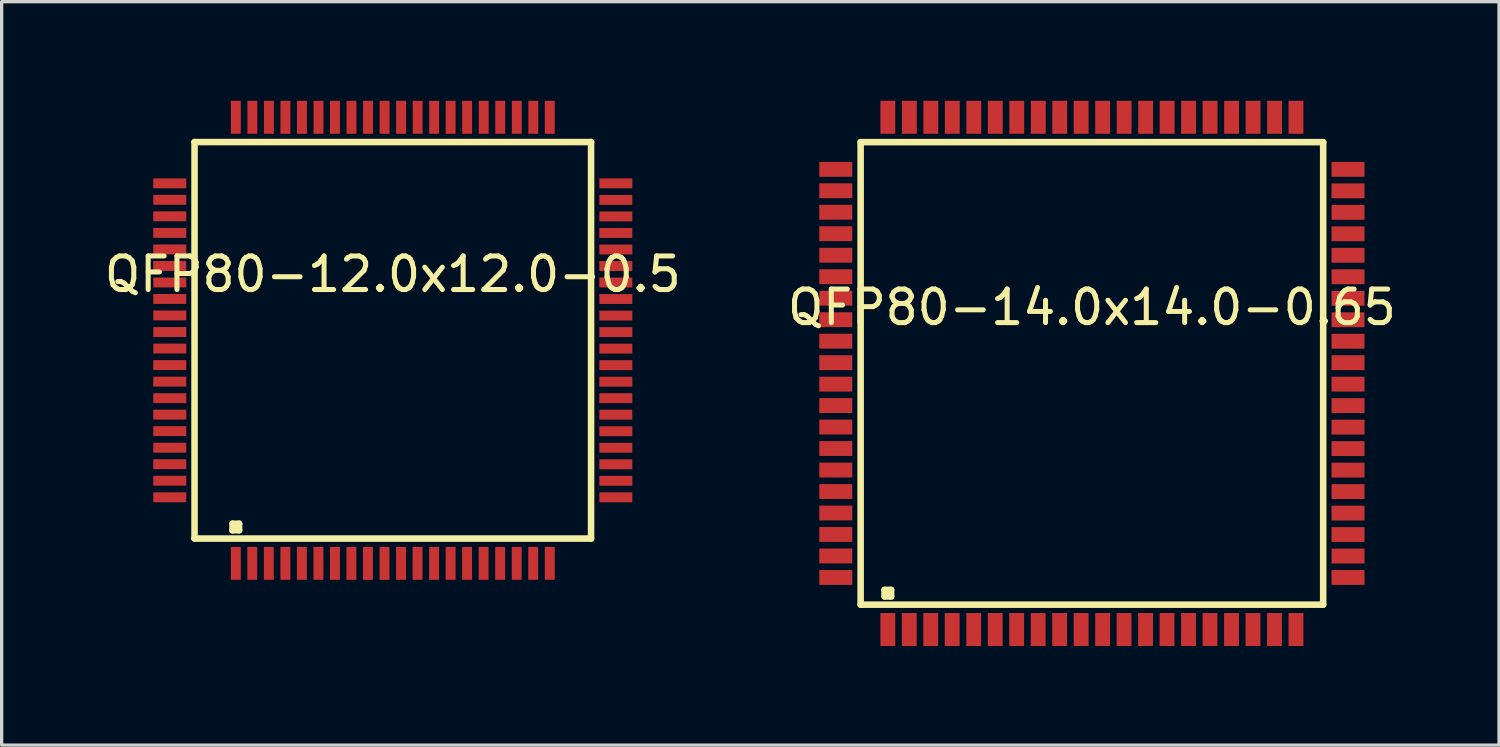
<source format=kicad_pcb>
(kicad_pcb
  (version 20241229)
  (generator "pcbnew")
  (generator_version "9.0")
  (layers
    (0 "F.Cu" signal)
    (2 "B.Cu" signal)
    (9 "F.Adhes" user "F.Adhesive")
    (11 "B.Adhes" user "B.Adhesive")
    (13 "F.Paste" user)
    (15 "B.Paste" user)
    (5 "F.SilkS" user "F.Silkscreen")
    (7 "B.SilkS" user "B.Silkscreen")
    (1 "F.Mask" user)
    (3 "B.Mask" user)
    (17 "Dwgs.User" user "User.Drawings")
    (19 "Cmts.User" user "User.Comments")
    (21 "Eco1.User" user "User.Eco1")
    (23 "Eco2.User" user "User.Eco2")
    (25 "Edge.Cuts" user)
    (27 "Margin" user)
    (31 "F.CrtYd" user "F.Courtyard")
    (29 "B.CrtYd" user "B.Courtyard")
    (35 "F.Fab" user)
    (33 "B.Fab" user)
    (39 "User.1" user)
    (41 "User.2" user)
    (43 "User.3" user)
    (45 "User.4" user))
  (footprint "QFP80-12.0x12.0-0.5"
    (layer "F.Cu")
    (at 8.836 7.248)
    (property "Reference" "QFP80-12.0x12.0-0.5" (at 0 -1.999 0) (layer "F.SilkS") (effects (font (size 1.016 1.016) (thickness 0.152))))
    (attr through_hole)
    (fp_line (start -5.999 -5.999) (end 5.999 -5.999) (stroke (width 0.198) (type solid)) (layer "F.SilkS"))
    (fp_line (start -5.999 5.999) (end -5.999 -5.999) (stroke (width 0.198) (type solid)) (layer "F.SilkS"))
    (fp_line (start -4.849 5.55) (end -4.651 5.55) (stroke (width 0.198) (type solid)) (layer "F.SilkS"))
    (fp_line (start -4.849 5.748) (end -4.849 5.55) (stroke (width 0.198) (type solid)) (layer "F.SilkS"))
    (fp_line (start -4.651 5.55) (end -4.651 5.748) (stroke (width 0.198) (type solid)) (layer "F.SilkS"))
    (fp_line (start -4.651 5.748) (end -4.849 5.748) (stroke (width 0.198) (type solid)) (layer "F.SilkS"))
    (fp_line (start 5.999 -5.999) (end 5.999 5.999) (stroke (width 0.198) (type solid)) (layer "F.SilkS"))
    (fp_line (start 5.999 5.999) (end -5.999 5.999) (stroke (width 0.198) (type solid)) (layer "F.SilkS"))
    (pad "1" smd rect (at -4.75 6.749) (size 0.3 0.998) (layers "*.Mask" "F.Cu"))
    (pad "2" smd rect (at -4.252 6.749) (size 0.3 0.998) (layers "*.Mask" "F.Cu"))
    (pad "3" smd rect (at -3.752 6.749) (size 0.3 0.998) (layers "*.Mask" "F.Cu"))
    (pad "4" smd rect (at -3.251 6.749) (size 0.3 0.998) (layers "*.Mask" "F.Cu"))
    (pad "5" smd rect (at -2.751 6.749) (size 0.3 0.998) (layers "*.Mask" "F.Cu"))
    (pad "6" smd rect (at -2.25 6.749) (size 0.3 0.998) (layers "*.Mask" "F.Cu"))
    (pad "7" smd rect (at -1.75 6.749) (size 0.3 0.998) (layers "*.Mask" "F.Cu"))
    (pad "8" smd rect (at -1.252 6.749) (size 0.3 0.998) (layers "*.Mask" "F.Cu"))
    (pad "9" smd rect (at -0.752 6.749) (size 0.3 0.998) (layers "*.Mask" "F.Cu"))
    (pad "10" smd rect (at -0.251 6.749) (size 0.3 0.998) (layers "*.Mask" "F.Cu"))
    (pad "11" smd rect (at 0.249 6.749) (size 0.3 0.998) (layers "*.Mask" "F.Cu"))
    (pad "12" smd rect (at 0.749 6.749) (size 0.3 0.998) (layers "*.Mask" "F.Cu"))
    (pad "13" smd rect (at 1.25 6.749) (size 0.3 0.998) (layers "*.Mask" "F.Cu"))
    (pad "14" smd rect (at 1.75 6.749) (size 0.3 0.998) (layers "*.Mask" "F.Cu"))
    (pad "15" smd rect (at 2.248 6.749) (size 0.3 0.998) (layers "*.Mask" "F.Cu"))
    (pad "16" smd rect (at 2.748 6.749) (size 0.3 0.998) (layers "*.Mask" "F.Cu"))
    (pad "17" smd rect (at 3.249 6.749) (size 0.3 0.998) (layers "*.Mask" "F.Cu"))
    (pad "18" smd rect (at 3.749 6.749) (size 0.3 0.998) (layers "*.Mask" "F.Cu"))
    (pad "19" smd rect (at 4.249 6.749) (size 0.3 0.998) (layers "*.Mask" "F.Cu"))
    (pad "20" smd rect (at 4.75 6.749) (size 0.3 0.998) (layers "*.Mask" "F.Cu"))
    (pad "21" smd rect (at 6.749 4.75 90) (size 0.3 0.998) (layers "*.Mask" "F.Cu"))
    (pad "22" smd rect (at 6.749 4.252 90) (size 0.3 0.998) (layers "*.Mask" "F.Cu"))
    (pad "23" smd rect (at 6.749 3.752 90) (size 0.3 0.998) (layers "*.Mask" "F.Cu"))
    (pad "24" smd rect (at 6.749 3.251 90) (size 0.3 0.998) (layers "*.Mask" "F.Cu"))
    (pad "25" smd rect (at 6.749 2.751 90) (size 0.3 0.998) (layers "*.Mask" "F.Cu"))
    (pad "26" smd rect (at 6.749 2.25 90) (size 0.3 0.998) (layers "*.Mask" "F.Cu"))
    (pad "27" smd rect (at 6.749 1.75 90) (size 0.3 0.998) (layers "*.Mask" "F.Cu"))
    (pad "28" smd rect (at 6.749 1.252 90) (size 0.3 0.998) (layers "*.Mask" "F.Cu"))
    (pad "29" smd rect (at 6.749 0.752 90) (size 0.3 0.998) (layers "*.Mask" "F.Cu"))
    (pad "30" smd rect (at 6.749 0.251 90) (size 0.3 0.998) (layers "*.Mask" "F.Cu"))
    (pad "31" smd rect (at 6.749 -0.249 90) (size 0.3 0.998) (layers "*.Mask" "F.Cu"))
    (pad "32" smd rect (at 6.749 -0.749 90) (size 0.3 0.998) (layers "*.Mask" "F.Cu"))
    (pad "33" smd rect (at 6.749 -1.25 90) (size 0.3 0.998) (layers "*.Mask" "F.Cu"))
    (pad "34" smd rect (at 6.749 -1.75 90) (size 0.3 0.998) (layers "*.Mask" "F.Cu"))
    (pad "35" smd rect (at 6.749 -2.248 90) (size 0.3 0.998) (layers "*.Mask" "F.Cu"))
    (pad "36" smd rect (at 6.749 -2.748 90) (size 0.3 0.998) (layers "*.Mask" "F.Cu"))
    (pad "37" smd rect (at 6.749 -3.249 90) (size 0.3 0.998) (layers "*.Mask" "F.Cu"))
    (pad "38" smd rect (at 6.749 -3.749 90) (size 0.3 0.998) (layers "*.Mask" "F.Cu"))
    (pad "39" smd rect (at 6.749 -4.249 90) (size 0.3 0.998) (layers "*.Mask" "F.Cu"))
    (pad "40" smd rect (at 6.749 -4.75 90) (size 0.3 0.998) (layers "*.Mask" "F.Cu"))
    (pad "41" smd rect (at 4.75 -6.749) (size 0.3 0.998) (layers "*.Mask" "F.Cu"))
    (pad "42" smd rect (at 4.252 -6.749) (size 0.3 0.998) (layers "*.Mask" "F.Cu"))
    (pad "43" smd rect (at 3.752 -6.749) (size 0.3 0.998) (layers "*.Mask" "F.Cu"))
    (pad "44" smd rect (at 3.251 -6.749) (size 0.3 0.998) (layers "*.Mask" "F.Cu"))
    (pad "45" smd rect (at 2.751 -6.749) (size 0.3 0.998) (layers "*.Mask" "F.Cu"))
    (pad "46" smd rect (at 2.25 -6.749) (size 0.3 0.998) (layers "*.Mask" "F.Cu"))
    (pad "47" smd rect (at 1.75 -6.749) (size 0.3 0.998) (layers "*.Mask" "F.Cu"))
    (pad "48" smd rect (at 1.252 -6.749) (size 0.3 0.998) (layers "*.Mask" "F.Cu"))
    (pad "49" smd rect (at 0.752 -6.749) (size 0.3 0.998) (layers "*.Mask" "F.Cu"))
    (pad "50" smd rect (at 0.251 -6.749) (size 0.3 0.998) (layers "*.Mask" "F.Cu"))
    (pad "51" smd rect (at -0.249 -6.749) (size 0.3 0.998) (layers "*.Mask" "F.Cu"))
    (pad "52" smd rect (at -0.749 -6.749) (size 0.3 0.998) (layers "*.Mask" "F.Cu"))
    (pad "53" smd rect (at -1.25 -6.749) (size 0.3 0.998) (layers "*.Mask" "F.Cu"))
    (pad "54" smd rect (at -1.75 -6.749) (size 0.3 0.998) (layers "*.Mask" "F.Cu"))
    (pad "55" smd rect (at -2.248 -6.749) (size 0.3 0.998) (layers "*.Mask" "F.Cu"))
    (pad "56" smd rect (at -2.748 -6.749) (size 0.3 0.998) (layers "*.Mask" "F.Cu"))
    (pad "57" smd rect (at -3.249 -6.749) (size 0.3 0.998) (layers "*.Mask" "F.Cu"))
    (pad "58" smd rect (at -3.749 -6.749) (size 0.3 0.998) (layers "*.Mask" "F.Cu"))
    (pad "59" smd rect (at -4.249 -6.749) (size 0.3 0.998) (layers "*.Mask" "F.Cu"))
    (pad "60" smd rect (at -4.75 -6.749) (size 0.3 0.998) (layers "*.Mask" "F.Cu"))
    (pad "61" smd rect (at -6.749 -4.75 90) (size 0.3 0.998) (layers "*.Mask" "F.Cu"))
    (pad "62" smd rect (at -6.749 -4.252 90) (size 0.3 0.998) (layers "*.Mask" "F.Cu"))
    (pad "63" smd rect (at -6.749 -3.752 90) (size 0.3 0.998) (layers "*.Mask" "F.Cu"))
    (pad "64" smd rect (at -6.749 -3.251 90) (size 0.3 0.998) (layers "*.Mask" "F.Cu"))
    (pad "65" smd rect (at -6.749 -2.751 90) (size 0.3 0.998) (layers "*.Mask" "F.Cu"))
    (pad "66" smd rect (at -6.749 -2.25 90) (size 0.3 0.998) (layers "*.Mask" "F.Cu"))
    (pad "67" smd rect (at -6.749 -1.75 90) (size 0.3 0.998) (layers "*.Mask" "F.Cu"))
    (pad "68" smd rect (at -6.749 -1.252 90) (size 0.3 0.998) (layers "*.Mask" "F.Cu"))
    (pad "69" smd rect (at -6.749 -0.752 90) (size 0.3 0.998) (layers "*.Mask" "F.Cu"))
    (pad "70" smd rect (at -6.749 -0.251 90) (size 0.3 0.998) (layers "*.Mask" "F.Cu"))
    (pad "71" smd rect (at -6.749 0.249 90) (size 0.3 0.998) (layers "*.Mask" "F.Cu"))
    (pad "72" smd rect (at -6.749 0.749 90) (size 0.3 0.998) (layers "*.Mask" "F.Cu"))
    (pad "73" smd rect (at -6.749 1.25 90) (size 0.3 0.998) (layers "*.Mask" "F.Cu"))
    (pad "74" smd rect (at -6.749 1.75 90) (size 0.3 0.998) (layers "*.Mask" "F.Cu"))
    (pad "75" smd rect (at -6.749 2.248 90) (size 0.3 0.998) (layers "*.Mask" "F.Cu"))
    (pad "76" smd rect (at -6.749 2.748 90) (size 0.3 0.998) (layers "*.Mask" "F.Cu"))
    (pad "77" smd rect (at -6.749 3.249 90) (size 0.3 0.998) (layers "*.Mask" "F.Cu"))
    (pad "78" smd rect (at -6.749 3.749 90) (size 0.3 0.998) (layers "*.Mask" "F.Cu"))
    (pad "79" smd rect (at -6.749 4.249 90) (size 0.3 0.998) (layers "*.Mask" "F.Cu"))
    (pad "80" smd rect (at -6.749 4.75 90) (size 0.3 0.998) (layers "*.Mask" "F.Cu")))
  (footprint "QFP80-14.0x14.0-0.65"
    (layer "F.Cu")
    (at 29.991 8.249)
    (property "Reference" "QFP80-14.0x14.0-0.65" (at 0 -1.999 0) (layer "F.SilkS") (effects (font (size 1.016 1.016) (thickness 0.152))))
    (attr through_hole)
    (fp_line (start -6.998 -6.998) (end 6.998 -6.998) (stroke (width 0.198) (type solid)) (layer "F.SilkS"))
    (fp_line (start -6.998 6.998) (end -6.998 -6.998) (stroke (width 0.198) (type solid)) (layer "F.SilkS"))
    (fp_line (start -6.274 6.551) (end -6.076 6.551) (stroke (width 0.198) (type solid)) (layer "F.SilkS"))
    (fp_line (start -6.274 6.749) (end -6.274 6.551) (stroke (width 0.198) (type solid)) (layer "F.SilkS"))
    (fp_line (start -6.076 6.551) (end -6.076 6.749) (stroke (width 0.198) (type solid)) (layer "F.SilkS"))
    (fp_line (start -6.076 6.749) (end -6.274 6.749) (stroke (width 0.198) (type solid)) (layer "F.SilkS"))
    (fp_line (start 6.998 -6.998) (end 6.998 6.998) (stroke (width 0.198) (type solid)) (layer "F.SilkS"))
    (fp_line (start 6.998 6.998) (end -6.998 6.998) (stroke (width 0.198) (type solid)) (layer "F.SilkS"))
    (pad "1" smd rect (at -6.175 7.75) (size 0.45 0.998) (layers "*.Mask" "F.Cu"))
    (pad "2" smd rect (at -5.527 7.75) (size 0.45 0.998) (layers "*.Mask" "F.Cu"))
    (pad "3" smd rect (at -4.877 7.75) (size 0.45 0.998) (layers "*.Mask" "F.Cu"))
    (pad "4" smd rect (at -4.227 7.75) (size 0.45 0.998) (layers "*.Mask" "F.Cu"))
    (pad "5" smd rect (at -3.576 7.75) (size 0.45 0.998) (layers "*.Mask" "F.Cu"))
    (pad "6" smd rect (at -2.926 7.75) (size 0.45 0.998) (layers "*.Mask" "F.Cu"))
    (pad "7" smd rect (at -2.276 7.75) (size 0.45 0.998) (layers "*.Mask" "F.Cu"))
    (pad "8" smd rect (at -1.626 7.75) (size 0.45 0.998) (layers "*.Mask" "F.Cu"))
    (pad "9" smd rect (at -0.975 7.75) (size 0.45 0.998) (layers "*.Mask" "F.Cu"))
    (pad "10" smd rect (at -0.325 7.75) (size 0.45 0.998) (layers "*.Mask" "F.Cu"))
    (pad "11" smd rect (at 0.325 7.75) (size 0.45 0.998) (layers "*.Mask" "F.Cu"))
    (pad "12" smd rect (at 0.973 7.75) (size 0.45 0.998) (layers "*.Mask" "F.Cu"))
    (pad "13" smd rect (at 1.623 7.75) (size 0.45 0.998) (layers "*.Mask" "F.Cu"))
    (pad "14" smd rect (at 2.273 7.75) (size 0.45 0.998) (layers "*.Mask" "F.Cu"))
    (pad "15" smd rect (at 2.924 7.75) (size 0.45 0.998) (layers "*.Mask" "F.Cu"))
    (pad "16" smd rect (at 3.574 7.75) (size 0.45 0.998) (layers "*.Mask" "F.Cu"))
    (pad "17" smd rect (at 4.224 7.75) (size 0.45 0.998) (layers "*.Mask" "F.Cu"))
    (pad "18" smd rect (at 4.874 7.75) (size 0.45 0.998) (layers "*.Mask" "F.Cu"))
    (pad "19" smd rect (at 5.524 7.75) (size 0.45 0.998) (layers "*.Mask" "F.Cu"))
    (pad "20" smd rect (at 6.175 7.75) (size 0.45 0.998) (layers "*.Mask" "F.Cu"))
    (pad "21" smd rect (at 7.75 6.175 90) (size 0.45 0.998) (layers "*.Mask" "F.Cu"))
    (pad "22" smd rect (at 7.75 5.527 90) (size 0.45 0.998) (layers "*.Mask" "F.Cu"))
    (pad "23" smd rect (at 7.75 4.877 90) (size 0.45 0.998) (layers "*.Mask" "F.Cu"))
    (pad "24" smd rect (at 7.75 4.227 90) (size 0.45 0.998) (layers "*.Mask" "F.Cu"))
    (pad "25" smd rect (at 7.75 3.576 90) (size 0.45 0.998) (layers "*.Mask" "F.Cu"))
    (pad "26" smd rect (at 7.75 2.926 90) (size 0.45 0.998) (layers "*.Mask" "F.Cu"))
    (pad "27" smd rect (at 7.75 2.276 90) (size 0.45 0.998) (layers "*.Mask" "F.Cu"))
    (pad "28" smd rect (at 7.75 1.626 90) (size 0.45 0.998) (layers "*.Mask" "F.Cu"))
    (pad "29" smd rect (at 7.75 0.975 90) (size 0.45 0.998) (layers "*.Mask" "F.Cu"))
    (pad "30" smd rect (at 7.75 0.325 90) (size 0.45 0.998) (layers "*.Mask" "F.Cu"))
    (pad "31" smd rect (at 7.75 -0.325 90) (size 0.45 0.998) (layers "*.Mask" "F.Cu"))
    (pad "32" smd rect (at 7.75 -0.973 90) (size 0.45 0.998) (layers "*.Mask" "F.Cu"))
    (pad "33" smd rect (at 7.75 -1.623 90) (size 0.45 0.998) (layers "*.Mask" "F.Cu"))
    (pad "34" smd rect (at 7.75 -2.273 90) (size 0.45 0.998) (layers "*.Mask" "F.Cu"))
    (pad "35" smd rect (at 7.75 -2.924 90) (size 0.45 0.998) (layers "*.Mask" "F.Cu"))
    (pad "36" smd rect (at 7.75 -3.574 90) (size 0.45 0.998) (layers "*.Mask" "F.Cu"))
    (pad "37" smd rect (at 7.75 -4.224 90) (size 0.45 0.998) (layers "*.Mask" "F.Cu"))
    (pad "38" smd rect (at 7.75 -4.874 90) (size 0.45 0.998) (layers "*.Mask" "F.Cu"))
    (pad "39" smd rect (at 7.75 -5.524 90) (size 0.45 0.998) (layers "*.Mask" "F.Cu"))
    (pad "40" smd rect (at 7.75 -6.175 90) (size 0.45 0.998) (layers "*.Mask" "F.Cu"))
    (pad "41" smd rect (at 6.175 -7.75) (size 0.45 0.998) (layers "*.Mask" "F.Cu"))
    (pad "42" smd rect (at 5.527 -7.75) (size 0.45 0.998) (layers "*.Mask" "F.Cu"))
    (pad "43" smd rect (at 4.877 -7.75) (size 0.45 0.998) (layers "*.Mask" "F.Cu"))
    (pad "44" smd rect (at 4.227 -7.75) (size 0.45 0.998) (layers "*.Mask" "F.Cu"))
    (pad "45" smd rect (at 3.576 -7.75) (size 0.45 0.998) (layers "*.Mask" "F.Cu"))
    (pad "46" smd rect (at 2.926 -7.75) (size 0.45 0.998) (layers "*.Mask" "F.Cu"))
    (pad "47" smd rect (at 2.276 -7.75) (size 0.45 0.998) (layers "*.Mask" "F.Cu"))
    (pad "48" smd rect (at 1.626 -7.75) (size 0.45 0.998) (layers "*.Mask" "F.Cu"))
    (pad "49" smd rect (at 0.975 -7.75) (size 0.45 0.998) (layers "*.Mask" "F.Cu"))
    (pad "50" smd rect (at 0.325 -7.75) (size 0.45 0.998) (layers "*.Mask" "F.Cu"))
    (pad "51" smd rect (at -0.325 -7.75) (size 0.45 0.998) (layers "*.Mask" "F.Cu"))
    (pad "52" smd rect (at -0.973 -7.75) (size 0.45 0.998) (layers "*.Mask" "F.Cu"))
    (pad "53" smd rect (at -1.623 -7.75) (size 0.45 0.998) (layers "*.Mask" "F.Cu"))
    (pad "54" smd rect (at -2.273 -7.75) (size 0.45 0.998) (layers "*.Mask" "F.Cu"))
    (pad "55" smd rect (at -2.924 -7.75) (size 0.45 0.998) (layers "*.Mask" "F.Cu"))
    (pad "56" smd rect (at -3.574 -7.75) (size 0.45 0.998) (layers "*.Mask" "F.Cu"))
    (pad "57" smd rect (at -4.224 -7.75) (size 0.45 0.998) (layers "*.Mask" "F.Cu"))
    (pad "58" smd rect (at -4.874 -7.75) (size 0.45 0.998) (layers "*.Mask" "F.Cu"))
    (pad "59" smd rect (at -5.524 -7.75) (size 0.45 0.998) (layers "*.Mask" "F.Cu"))
    (pad "60" smd rect (at -6.175 -7.75) (size 0.45 0.998) (layers "*.Mask" "F.Cu"))
    (pad "61" smd rect (at -7.75 -6.175 90) (size 0.45 0.998) (layers "*.Mask" "F.Cu"))
    (pad "62" smd rect (at -7.75 -5.527 90) (size 0.45 0.998) (layers "*.Mask" "F.Cu"))
    (pad "63" smd rect (at -7.75 -4.877 90) (size 0.45 0.998) (layers "*.Mask" "F.Cu"))
    (pad "64" smd rect (at -7.75 -4.227 90) (size 0.45 0.998) (layers "*.Mask" "F.Cu"))
    (pad "65" smd rect (at -7.75 -3.576 90) (size 0.45 0.998) (layers "*.Mask" "F.Cu"))
    (pad "66" smd rect (at -7.75 -2.926 90) (size 0.45 0.998) (layers "*.Mask" "F.Cu"))
    (pad "67" smd rect (at -7.75 -2.276 90) (size 0.45 0.998) (layers "*.Mask" "F.Cu"))
    (pad "68" smd rect (at -7.75 -1.626 90) (size 0.45 0.998) (layers "*.Mask" "F.Cu"))
    (pad "69" smd rect (at -7.75 -0.975 90) (size 0.45 0.998) (layers "*.Mask" "F.Cu"))
    (pad "70" smd rect (at -7.75 -0.325 90) (size 0.45 0.998) (layers "*.Mask" "F.Cu"))
    (pad "71" smd rect (at -7.75 0.325 90) (size 0.45 0.998) (layers "*.Mask" "F.Cu"))
    (pad "72" smd rect (at -7.75 0.973 90) (size 0.45 0.998) (layers "*.Mask" "F.Cu"))
    (pad "73" smd rect (at -7.75 1.623 90) (size 0.45 0.998) (layers "*.Mask" "F.Cu"))
    (pad "74" smd rect (at -7.75 2.273 90) (size 0.45 0.998) (layers "*.Mask" "F.Cu"))
    (pad "75" smd rect (at -7.75 2.924 90) (size 0.45 0.998) (layers "*.Mask" "F.Cu"))
    (pad "76" smd rect (at -7.75 3.574 90) (size 0.45 0.998) (layers "*.Mask" "F.Cu"))
    (pad "77" smd rect (at -7.75 4.224 90) (size 0.45 0.998) (layers "*.Mask" "F.Cu"))
    (pad "78" smd rect (at -7.75 4.874 90) (size 0.45 0.998) (layers "*.Mask" "F.Cu"))
    (pad "79" smd rect (at -7.75 5.524 90) (size 0.45 0.998) (layers "*.Mask" "F.Cu"))
    (pad "80" smd rect (at -7.75 6.175 90) (size 0.45 0.998) (layers "*.Mask" "F.Cu")))
  (gr_rect
    (start -3 -3)
    (end 42.31 19.497)
    (stroke (width 0.1) (type default))
    (fill no)
    (layer "Edge.Cuts")))
</source>
